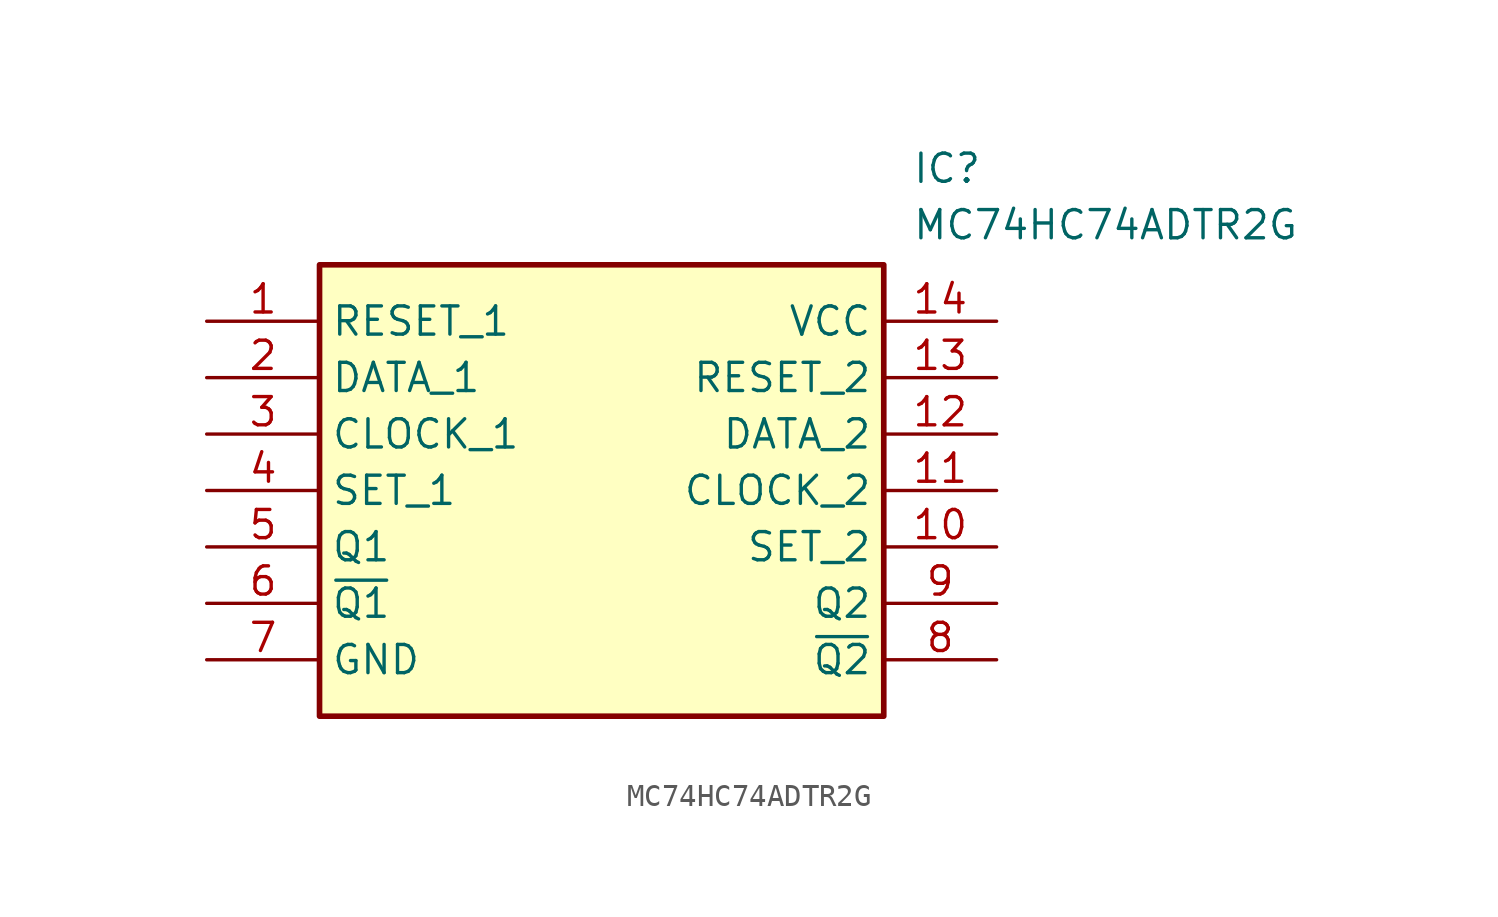
<source format=kicad_sym>
(kicad_symbol_lib
  (version 20211014)
  (generator SamacSys_ECAD_Model)
  (symbol "MC74HC74ADTR2G"
    (property "Reference" "IC"
      (at 31.75 7.62 0)
      (effects (font (size 1.27 1.27)) (justify left top)))
    (property "Value" "MC74HC74ADTR2G"
      (at 31.75 5.08 0)
      (effects (font (size 1.27 1.27)) (justify left top)))
    (rectangle
      (start 5.08 2.54)
      (end 30.48 -17.78)
      (stroke (width 0.254) (type default))
      (fill (type background)))
    (pin passive line
      (at 0 0 0)
      (length 5.08)
      (name "RESET_1" (effects (font (size 1.27 1.27))))
      (number "1" (effects (font (size 1.27 1.27)))))
    (pin passive line
      (at 0 -2.54 0)
      (length 5.08)
      (name "DATA_1" (effects (font (size 1.27 1.27))))
      (number "2" (effects (font (size 1.27 1.27)))))
    (pin passive line
      (at 0 -5.08 0)
      (length 5.08)
      (name "CLOCK_1" (effects (font (size 1.27 1.27))))
      (number "3" (effects (font (size 1.27 1.27)))))
    (pin passive line
      (at 0 -7.62 0)
      (length 5.08)
      (name "SET_1" (effects (font (size 1.27 1.27))))
      (number "4" (effects (font (size 1.27 1.27)))))
    (pin passive line
      (at 0 -10.16 0)
      (length 5.08)
      (name "Q1" (effects (font (size 1.27 1.27))))
      (number "5" (effects (font (size 1.27 1.27)))))
    (pin passive line
      (at 0 -12.7 0)
      (length 5.08)
      (name "~{Q1}" (effects (font (size 1.27 1.27))))
      (number "6" (effects (font (size 1.27 1.27)))))
    (pin passive line
      (at 0 -15.24 0)
      (length 5.08)
      (name "GND" (effects (font (size 1.27 1.27))))
      (number "7" (effects (font (size 1.27 1.27)))))
    (pin passive line
      (at 35.56 0 180)
      (length 5.08)
      (name "VCC" (effects (font (size 1.27 1.27))))
      (number "14" (effects (font (size 1.27 1.27)))))
    (pin passive line
      (at 35.56 -2.54 180)
      (length 5.08)
      (name "RESET_2" (effects (font (size 1.27 1.27))))
      (number "13" (effects (font (size 1.27 1.27)))))
    (pin passive line
      (at 35.56 -5.08 180)
      (length 5.08)
      (name "DATA_2" (effects (font (size 1.27 1.27))))
      (number "12" (effects (font (size 1.27 1.27)))))
    (pin passive line
      (at 35.56 -7.62 180)
      (length 5.08)
      (name "CLOCK_2" (effects (font (size 1.27 1.27))))
      (number "11" (effects (font (size 1.27 1.27)))))
    (pin passive line
      (at 35.56 -10.16 180)
      (length 5.08)
      (name "SET_2" (effects (font (size 1.27 1.27))))
      (number "10" (effects (font (size 1.27 1.27)))))
    (pin passive line
      (at 35.56 -12.7 180)
      (length 5.08)
      (name "Q2" (effects (font (size 1.27 1.27))))
      (number "9" (effects (font (size 1.27 1.27)))))
    (pin passive line
      (at 35.56 -15.24 180)
      (length 5.08)
      (name "~{Q2}" (effects (font (size 1.27 1.27))))
      (number "8" (effects (font (size 1.27 1.27)))))))
</source>
